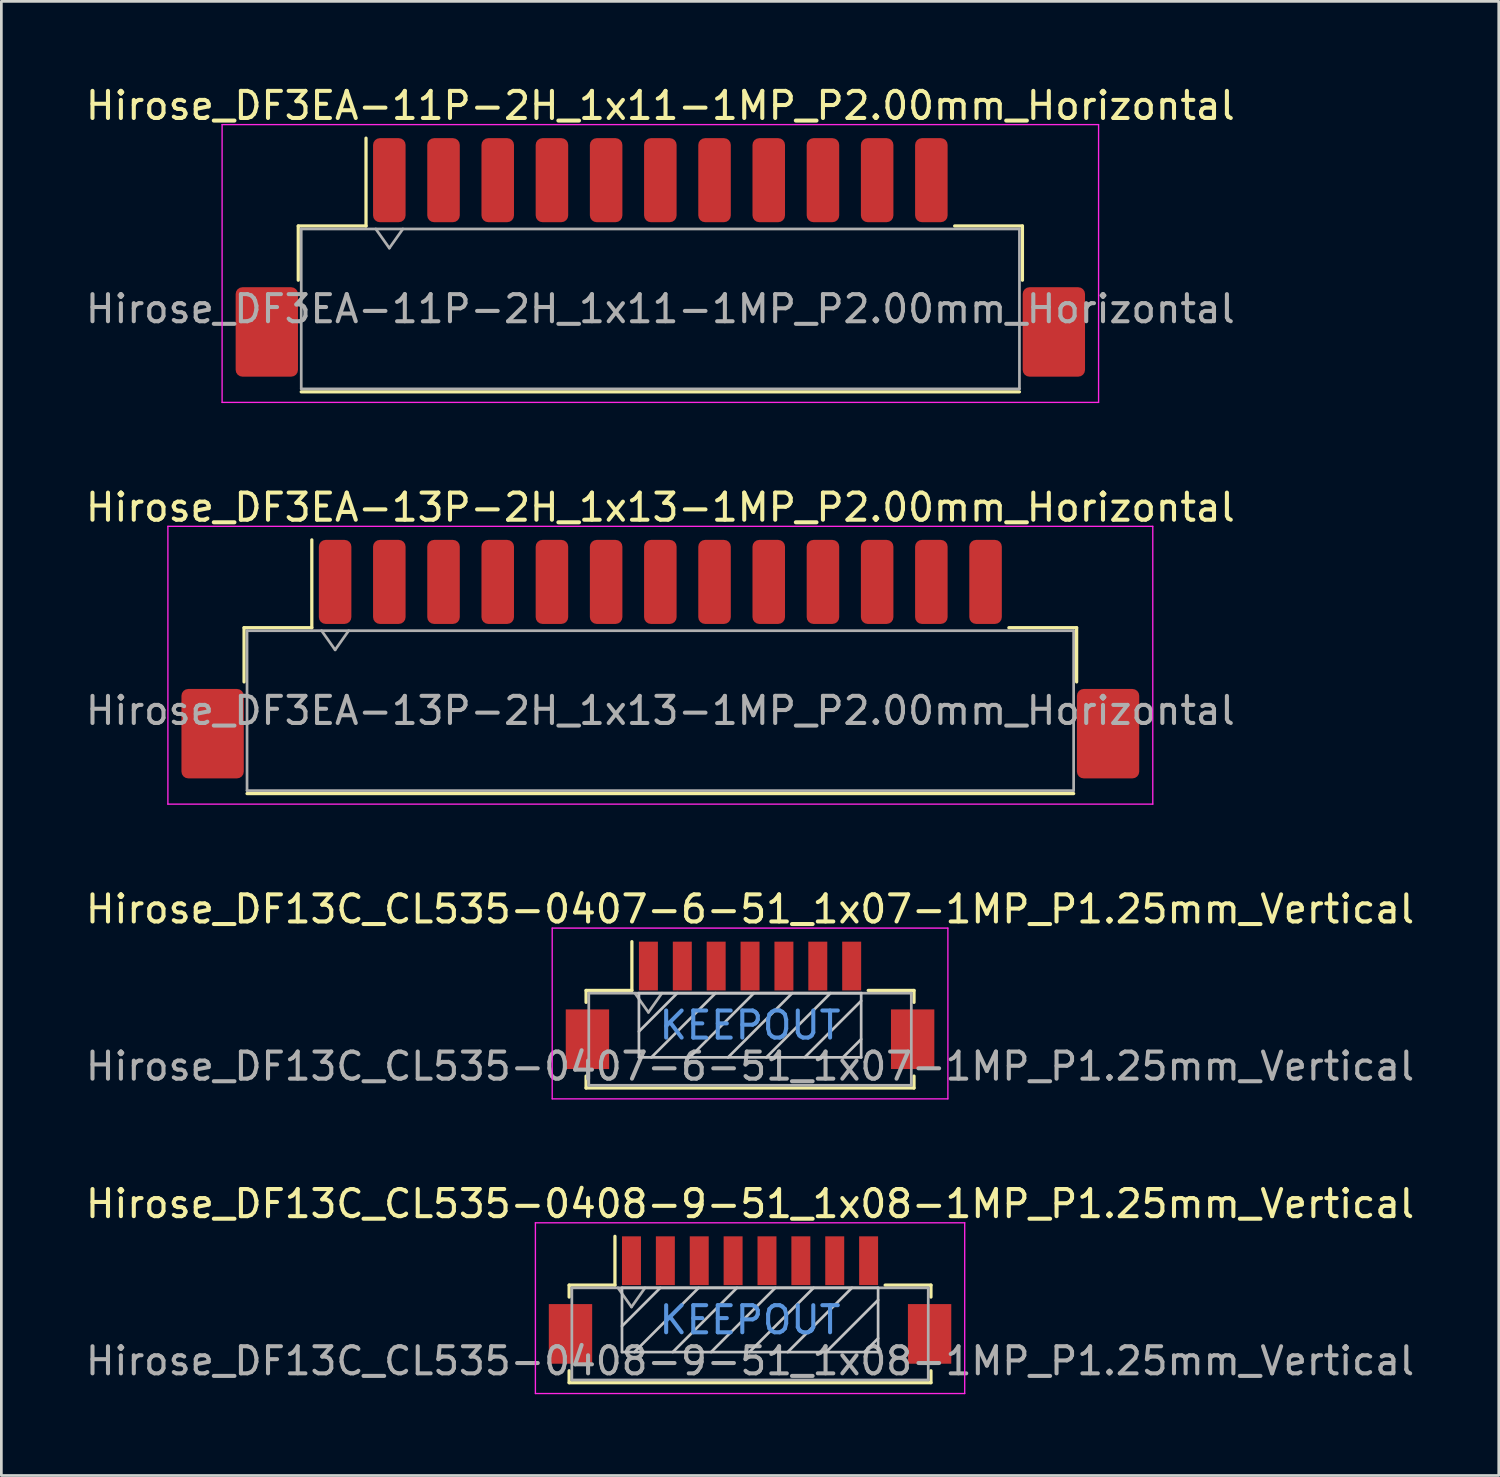
<source format=kicad_pcb>
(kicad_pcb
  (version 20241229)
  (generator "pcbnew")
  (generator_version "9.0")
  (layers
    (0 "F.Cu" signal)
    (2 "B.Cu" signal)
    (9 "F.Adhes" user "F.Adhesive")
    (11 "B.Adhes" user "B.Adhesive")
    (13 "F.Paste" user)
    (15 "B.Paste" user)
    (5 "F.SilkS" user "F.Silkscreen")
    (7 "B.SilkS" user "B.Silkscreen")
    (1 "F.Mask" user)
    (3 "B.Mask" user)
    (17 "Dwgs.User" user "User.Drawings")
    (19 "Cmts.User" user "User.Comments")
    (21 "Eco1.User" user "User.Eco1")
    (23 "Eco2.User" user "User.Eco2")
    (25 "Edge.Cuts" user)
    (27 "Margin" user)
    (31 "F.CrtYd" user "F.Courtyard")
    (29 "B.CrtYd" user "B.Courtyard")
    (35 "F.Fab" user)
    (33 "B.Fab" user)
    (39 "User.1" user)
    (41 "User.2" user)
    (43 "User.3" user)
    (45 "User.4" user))
  (footprint "Hirose_DF3EA-13P-2H_1x13-1MP_P2.00mm_Horizontal"
    (layer "F.Cu")
    (at 21.315 21.271)
    (property "Reference" "Hirose_DF3EA-13P-2H_1x13-1MP_P2.00mm_Horizontal" (at 0 -5.6 0) (layer "F.SilkS") (effects (font (size 1 1) (thickness 0.15))))
    (attr smd)
    (fp_line (start -15.36 -1.16) (end -12.86 -1.16) (stroke (width 0.12) (type solid)) (layer "F.SilkS"))
    (fp_line (start -15.36 0.84) (end -15.36 -1.16) (stroke (width 0.12) (type solid)) (layer "F.SilkS"))
    (fp_line (start -15.25 4.96) (end 15.25 4.96) (stroke (width 0.12) (type solid)) (layer "F.SilkS"))
    (fp_line (start -12.86 -1.16) (end -12.86 -4.4) (stroke (width 0.12) (type solid)) (layer "F.SilkS"))
    (fp_line (start 15.36 -1.16) (end 12.86 -1.16) (stroke (width 0.12) (type solid)) (layer "F.SilkS"))
    (fp_line (start 15.36 0.84) (end 15.36 -1.16) (stroke (width 0.12) (type solid)) (layer "F.SilkS"))
    (fp_line (start -18.17 -4.9) (end -18.17 5.35) (stroke (width 0.05) (type solid)) (layer "F.CrtYd"))
    (fp_line (start -18.17 5.35) (end 18.17 5.35) (stroke (width 0.05) (type solid)) (layer "F.CrtYd"))
    (fp_line (start 18.17 -4.9) (end -18.17 -4.9) (stroke (width 0.05) (type solid)) (layer "F.CrtYd"))
    (fp_line (start 18.17 5.35) (end 18.17 -4.9) (stroke (width 0.05) (type solid)) (layer "F.CrtYd"))
    (fp_line (start -15.25 -1.05) (end -15.25 4.85) (stroke (width 0.1) (type solid)) (layer "F.Fab"))
    (fp_line (start -15.25 -1.05) (end 15.25 -1.05) (stroke (width 0.1) (type solid)) (layer "F.Fab"))
    (fp_line (start -15.25 4.85) (end 15.25 4.85) (stroke (width 0.1) (type solid)) (layer "F.Fab"))
    (fp_line (start -12.5 -1.05) (end -12 -0.343) (stroke (width 0.1) (type solid)) (layer "F.Fab"))
    (fp_line (start -12 -0.343) (end -11.5 -1.05) (stroke (width 0.1) (type solid)) (layer "F.Fab"))
    (fp_line (start 15.25 -1.05) (end 15.25 4.85) (stroke (width 0.1) (type solid)) (layer "F.Fab"))
    (fp_text user "${REFERENCE}" (at 0 1.9 0) (layer "F.Fab") (effects (font (size 1 1) (thickness 0.15))))
    (pad "1" smd roundrect (at -12 -2.85) (size 1.2 3.1) (layers "F.Cu" "F.Mask" "F.Paste") (roundrect_rratio 0.208))
    (pad "2" smd roundrect (at -10 -2.85) (size 1.2 3.1) (layers "F.Cu" "F.Mask" "F.Paste") (roundrect_rratio 0.208))
    (pad "3" smd roundrect (at -8 -2.85) (size 1.2 3.1) (layers "F.Cu" "F.Mask" "F.Paste") (roundrect_rratio 0.208))
    (pad "4" smd roundrect (at -6 -2.85) (size 1.2 3.1) (layers "F.Cu" "F.Mask" "F.Paste") (roundrect_rratio 0.208))
    (pad "5" smd roundrect (at -4 -2.85) (size 1.2 3.1) (layers "F.Cu" "F.Mask" "F.Paste") (roundrect_rratio 0.208))
    (pad "6" smd roundrect (at -2 -2.85) (size 1.2 3.1) (layers "F.Cu" "F.Mask" "F.Paste") (roundrect_rratio 0.208))
    (pad "7" smd roundrect (at 0 -2.85) (size 1.2 3.1) (layers "F.Cu" "F.Mask" "F.Paste") (roundrect_rratio 0.208))
    (pad "8" smd roundrect (at 2 -2.85) (size 1.2 3.1) (layers "F.Cu" "F.Mask" "F.Paste") (roundrect_rratio 0.208))
    (pad "9" smd roundrect (at 4 -2.85) (size 1.2 3.1) (layers "F.Cu" "F.Mask" "F.Paste") (roundrect_rratio 0.208))
    (pad "10" smd roundrect (at 6 -2.85) (size 1.2 3.1) (layers "F.Cu" "F.Mask" "F.Paste") (roundrect_rratio 0.208))
    (pad "11" smd roundrect (at 8 -2.85) (size 1.2 3.1) (layers "F.Cu" "F.Mask" "F.Paste") (roundrect_rratio 0.208))
    (pad "12" smd roundrect (at 10 -2.85) (size 1.2 3.1) (layers "F.Cu" "F.Mask" "F.Paste") (roundrect_rratio 0.208))
    (pad "13" smd roundrect (at 12 -2.85) (size 1.2 3.1) (layers "F.Cu" "F.Mask" "F.Paste") (roundrect_rratio 0.208))
    (pad "MP" smd roundrect (at -16.52 2.75) (size 2.3 3.3) (layers "F.Cu" "F.Mask" "F.Paste") (roundrect_rratio 0.109))
    (pad "MP" smd roundrect (at 16.52 2.75) (size 2.3 3.3) (layers "F.Cu" "F.Mask" "F.Paste") (roundrect_rratio 0.109)))
  (footprint "Hirose_DF3EA-11P-2H_1x11-1MP_P2.00mm_Horizontal"
    (layer "F.Cu")
    (at 21.315 6.448)
    (property "Reference" "Hirose_DF3EA-11P-2H_1x11-1MP_P2.00mm_Horizontal" (at 0 -5.6 0) (layer "F.SilkS") (effects (font (size 1 1) (thickness 0.15))))
    (attr smd)
    (fp_line (start -13.36 -1.16) (end -10.86 -1.16) (stroke (width 0.12) (type solid)) (layer "F.SilkS"))
    (fp_line (start -13.36 0.84) (end -13.36 -1.16) (stroke (width 0.12) (type solid)) (layer "F.SilkS"))
    (fp_line (start -13.25 4.96) (end 13.25 4.96) (stroke (width 0.12) (type solid)) (layer "F.SilkS"))
    (fp_line (start -10.86 -1.16) (end -10.86 -4.4) (stroke (width 0.12) (type solid)) (layer "F.SilkS"))
    (fp_line (start 13.36 -1.16) (end 10.86 -1.16) (stroke (width 0.12) (type solid)) (layer "F.SilkS"))
    (fp_line (start 13.36 0.84) (end 13.36 -1.16) (stroke (width 0.12) (type solid)) (layer "F.SilkS"))
    (fp_line (start -16.17 -4.9) (end -16.17 5.35) (stroke (width 0.05) (type solid)) (layer "F.CrtYd"))
    (fp_line (start -16.17 5.35) (end 16.17 5.35) (stroke (width 0.05) (type solid)) (layer "F.CrtYd"))
    (fp_line (start 16.17 -4.9) (end -16.17 -4.9) (stroke (width 0.05) (type solid)) (layer "F.CrtYd"))
    (fp_line (start 16.17 5.35) (end 16.17 -4.9) (stroke (width 0.05) (type solid)) (layer "F.CrtYd"))
    (fp_line (start -13.25 -1.05) (end -13.25 4.85) (stroke (width 0.1) (type solid)) (layer "F.Fab"))
    (fp_line (start -13.25 -1.05) (end 13.25 -1.05) (stroke (width 0.1) (type solid)) (layer "F.Fab"))
    (fp_line (start -13.25 4.85) (end 13.25 4.85) (stroke (width 0.1) (type solid)) (layer "F.Fab"))
    (fp_line (start -10.5 -1.05) (end -10 -0.343) (stroke (width 0.1) (type solid)) (layer "F.Fab"))
    (fp_line (start -10 -0.343) (end -9.5 -1.05) (stroke (width 0.1) (type solid)) (layer "F.Fab"))
    (fp_line (start 13.25 -1.05) (end 13.25 4.85) (stroke (width 0.1) (type solid)) (layer "F.Fab"))
    (fp_text user "${REFERENCE}" (at 0 1.9 0) (layer "F.Fab") (effects (font (size 1 1) (thickness 0.15))))
    (pad "1" smd roundrect (at -10 -2.85) (size 1.2 3.1) (layers "F.Cu" "F.Mask" "F.Paste") (roundrect_rratio 0.208))
    (pad "2" smd roundrect (at -8 -2.85) (size 1.2 3.1) (layers "F.Cu" "F.Mask" "F.Paste") (roundrect_rratio 0.208))
    (pad "3" smd roundrect (at -6 -2.85) (size 1.2 3.1) (layers "F.Cu" "F.Mask" "F.Paste") (roundrect_rratio 0.208))
    (pad "4" smd roundrect (at -4 -2.85) (size 1.2 3.1) (layers "F.Cu" "F.Mask" "F.Paste") (roundrect_rratio 0.208))
    (pad "5" smd roundrect (at -2 -2.85) (size 1.2 3.1) (layers "F.Cu" "F.Mask" "F.Paste") (roundrect_rratio 0.208))
    (pad "6" smd roundrect (at 0 -2.85) (size 1.2 3.1) (layers "F.Cu" "F.Mask" "F.Paste") (roundrect_rratio 0.208))
    (pad "7" smd roundrect (at 2 -2.85) (size 1.2 3.1) (layers "F.Cu" "F.Mask" "F.Paste") (roundrect_rratio 0.208))
    (pad "8" smd roundrect (at 4 -2.85) (size 1.2 3.1) (layers "F.Cu" "F.Mask" "F.Paste") (roundrect_rratio 0.208))
    (pad "9" smd roundrect (at 6 -2.85) (size 1.2 3.1) (layers "F.Cu" "F.Mask" "F.Paste") (roundrect_rratio 0.208))
    (pad "10" smd roundrect (at 8 -2.85) (size 1.2 3.1) (layers "F.Cu" "F.Mask" "F.Paste") (roundrect_rratio 0.208))
    (pad "11" smd roundrect (at 10 -2.85) (size 1.2 3.1) (layers "F.Cu" "F.Mask" "F.Paste") (roundrect_rratio 0.208))
    (pad "MP" smd roundrect (at -14.52 2.75) (size 2.3 3.3) (layers "F.Cu" "F.Mask" "F.Paste") (roundrect_rratio 0.109))
    (pad "MP" smd roundrect (at 14.52 2.75) (size 2.3 3.3) (layers "F.Cu" "F.Mask" "F.Paste") (roundrect_rratio 0.109)))
  (footprint "Hirose_DF13C_CL535-0408-9-51_1x08-1MP_P1.25mm_Vertical"
    (layer "F.Cu")
    (at 24.625 44.918)
    (property "Reference" "Hirose_DF13C_CL535-0408-9-51_1x08-1MP_P1.25mm_Vertical" (at 0 -3.55 0) (layer "F.SilkS") (effects (font (size 1 1) (thickness 0.15))))
    (attr smd)
    (fp_line (start -6.675 -0.55) (end -6.675 -0.11) (stroke (width 0.12) (type solid)) (layer "F.SilkS"))
    (fp_line (start -6.675 2.61) (end -6.675 3.05) (stroke (width 0.12) (type solid)) (layer "F.SilkS"))
    (fp_line (start -6.675 3.05) (end 6.675 3.05) (stroke (width 0.12) (type solid)) (layer "F.SilkS"))
    (fp_line (start -4.985 -0.55) (end -6.675 -0.55) (stroke (width 0.12) (type solid)) (layer "F.SilkS"))
    (fp_line (start -4.985 -0.55) (end -4.985 -2.35) (stroke (width 0.12) (type solid)) (layer "F.SilkS"))
    (fp_line (start 4.985 -0.55) (end 6.675 -0.55) (stroke (width 0.12) (type solid)) (layer "F.SilkS"))
    (fp_line (start 6.675 -0.55) (end 6.675 -0.11) (stroke (width 0.12) (type solid)) (layer "F.SilkS"))
    (fp_line (start 6.675 3.05) (end 6.675 2.61) (stroke (width 0.12) (type solid)) (layer "F.SilkS"))
    (fp_line (start -4.725 -0.45) (end -4.725 1.92) (stroke (width 0.1) (type solid)) (layer "Dwgs.User"))
    (fp_line (start -4.725 1.92) (end 4.725 1.92) (stroke (width 0.1) (type solid)) (layer "Dwgs.User"))
    (fp_line (start -3.311 -0.45) (end -4.725 0.964) (stroke (width 0.1) (type solid)) (layer "Dwgs.User"))
    (fp_line (start -1.897 -0.45) (end -4.267 1.92) (stroke (width 0.1) (type solid)) (layer "Dwgs.User"))
    (fp_line (start -0.482 -0.45) (end -2.852 1.92) (stroke (width 0.1) (type solid)) (layer "Dwgs.User"))
    (fp_line (start 0.932 -0.45) (end -1.438 1.92) (stroke (width 0.1) (type solid)) (layer "Dwgs.User"))
    (fp_line (start 2.346 -0.45) (end -0.024 1.92) (stroke (width 0.1) (type solid)) (layer "Dwgs.User"))
    (fp_line (start 3.76 -0.45) (end 1.39 1.92) (stroke (width 0.1) (type solid)) (layer "Dwgs.User"))
    (fp_line (start 4.725 -0.45) (end -4.725 -0.45) (stroke (width 0.1) (type solid)) (layer "Dwgs.User"))
    (fp_line (start 4.725 -0.001) (end 2.804 1.92) (stroke (width 0.1) (type solid)) (layer "Dwgs.User"))
    (fp_line (start 4.725 1.414) (end 4.219 1.92) (stroke (width 0.1) (type solid)) (layer "Dwgs.User"))
    (fp_line (start 4.725 1.92) (end 4.725 -0.45) (stroke (width 0.1) (type solid)) (layer "Dwgs.User"))
    (fp_line (start -7.92 -2.85) (end -7.92 3.45) (stroke (width 0.05) (type solid)) (layer "F.CrtYd"))
    (fp_line (start -7.92 3.45) (end 7.92 3.45) (stroke (width 0.05) (type solid)) (layer "F.CrtYd"))
    (fp_line (start 7.92 -2.85) (end -7.92 -2.85) (stroke (width 0.05) (type solid)) (layer "F.CrtYd"))
    (fp_line (start 7.92 3.45) (end 7.92 -2.85) (stroke (width 0.05) (type solid)) (layer "F.CrtYd"))
    (fp_line (start -6.575 -0.45) (end -6.575 2.95) (stroke (width 0.1) (type solid)) (layer "F.Fab"))
    (fp_line (start -6.575 2.95) (end 6.575 2.95) (stroke (width 0.1) (type solid)) (layer "F.Fab"))
    (fp_line (start -4.875 -0.45) (end -4.375 0.257) (stroke (width 0.1) (type solid)) (layer "F.Fab"))
    (fp_line (start -4.375 0.257) (end -3.875 -0.45) (stroke (width 0.1) (type solid)) (layer "F.Fab"))
    (fp_line (start 6.575 -0.45) (end -6.575 -0.45) (stroke (width 0.1) (type solid)) (layer "F.Fab"))
    (fp_line (start 6.575 2.95) (end 6.575 -0.45) (stroke (width 0.1) (type solid)) (layer "F.Fab"))
    (fp_text user "KEEPOUT" (at 0 0.735 0) (layer "Cmts.User") (effects (font (size 1 1) (thickness 0.15))))
    (fp_text user "${REFERENCE}" (at 0 2.25 0) (layer "F.Fab") (effects (font (size 1 1) (thickness 0.15))))
    (pad "1" smd rect (at -4.375 -1.45) (size 0.7 1.8) (layers "F.Cu" "F.Mask" "F.Paste"))
    (pad "2" smd rect (at -3.125 -1.45) (size 0.7 1.8) (layers "F.Cu" "F.Mask" "F.Paste"))
    (pad "3" smd rect (at -1.875 -1.45) (size 0.7 1.8) (layers "F.Cu" "F.Mask" "F.Paste"))
    (pad "4" smd rect (at -0.625 -1.45) (size 0.7 1.8) (layers "F.Cu" "F.Mask" "F.Paste"))
    (pad "5" smd rect (at 0.625 -1.45) (size 0.7 1.8) (layers "F.Cu" "F.Mask" "F.Paste"))
    (pad "6" smd rect (at 1.875 -1.45) (size 0.7 1.8) (layers "F.Cu" "F.Mask" "F.Paste"))
    (pad "7" smd rect (at 3.125 -1.45) (size 0.7 1.8) (layers "F.Cu" "F.Mask" "F.Paste"))
    (pad "8" smd rect (at 4.375 -1.45) (size 0.7 1.8) (layers "F.Cu" "F.Mask" "F.Paste"))
    (pad "MP" smd rect (at -6.625 1.25) (size 1.6 2.2) (layers "F.Cu" "F.Mask" "F.Paste"))
    (pad "MP" smd rect (at 6.625 1.25) (size 1.6 2.2) (layers "F.Cu" "F.Mask" "F.Paste")))
  (footprint "Hirose_DF13C_CL535-0407-6-51_1x07-1MP_P1.25mm_Vertical"
    (layer "F.Cu")
    (at 24.625 34.045)
    (property "Reference" "Hirose_DF13C_CL535-0407-6-51_1x07-1MP_P1.25mm_Vertical" (at 0 -3.55 0) (layer "F.SilkS") (effects (font (size 1 1) (thickness 0.15))))
    (attr smd)
    (fp_line (start -6.05 -0.55) (end -6.05 -0.11) (stroke (width 0.12) (type solid)) (layer "F.SilkS"))
    (fp_line (start -6.05 2.61) (end -6.05 3.05) (stroke (width 0.12) (type solid)) (layer "F.SilkS"))
    (fp_line (start -6.05 3.05) (end 6.05 3.05) (stroke (width 0.12) (type solid)) (layer "F.SilkS"))
    (fp_line (start -4.36 -0.55) (end -6.05 -0.55) (stroke (width 0.12) (type solid)) (layer "F.SilkS"))
    (fp_line (start -4.36 -0.55) (end -4.36 -2.35) (stroke (width 0.12) (type solid)) (layer "F.SilkS"))
    (fp_line (start 4.36 -0.55) (end 6.05 -0.55) (stroke (width 0.12) (type solid)) (layer "F.SilkS"))
    (fp_line (start 6.05 -0.55) (end 6.05 -0.11) (stroke (width 0.12) (type solid)) (layer "F.SilkS"))
    (fp_line (start 6.05 3.05) (end 6.05 2.61) (stroke (width 0.12) (type solid)) (layer "F.SilkS"))
    (fp_line (start -4.1 -0.45) (end -4.1 1.92) (stroke (width 0.1) (type solid)) (layer "Dwgs.User"))
    (fp_line (start -4.1 1.92) (end 4.1 1.92) (stroke (width 0.1) (type solid)) (layer "Dwgs.User"))
    (fp_line (start -2.686 -0.45) (end -4.1 0.964) (stroke (width 0.1) (type solid)) (layer "Dwgs.User"))
    (fp_line (start -1.272 -0.45) (end -3.642 1.92) (stroke (width 0.1) (type solid)) (layer "Dwgs.User"))
    (fp_line (start 0.143 -0.45) (end -2.227 1.92) (stroke (width 0.1) (type solid)) (layer "Dwgs.User"))
    (fp_line (start 1.557 -0.45) (end -0.813 1.92) (stroke (width 0.1) (type solid)) (layer "Dwgs.User"))
    (fp_line (start 2.971 -0.45) (end 0.601 1.92) (stroke (width 0.1) (type solid)) (layer "Dwgs.User"))
    (fp_line (start 4.1 -0.45) (end -4.1 -0.45) (stroke (width 0.1) (type solid)) (layer "Dwgs.User"))
    (fp_line (start 4.1 -0.165) (end 2.015 1.92) (stroke (width 0.1) (type solid)) (layer "Dwgs.User"))
    (fp_line (start 4.1 1.249) (end 3.429 1.92) (stroke (width 0.1) (type solid)) (layer "Dwgs.User"))
    (fp_line (start 4.1 1.92) (end 4.1 -0.45) (stroke (width 0.1) (type solid)) (layer "Dwgs.User"))
    (fp_line (start -7.3 -2.85) (end -7.3 3.45) (stroke (width 0.05) (type solid)) (layer "F.CrtYd"))
    (fp_line (start -7.3 3.45) (end 7.3 3.45) (stroke (width 0.05) (type solid)) (layer "F.CrtYd"))
    (fp_line (start 7.3 -2.85) (end -7.3 -2.85) (stroke (width 0.05) (type solid)) (layer "F.CrtYd"))
    (fp_line (start 7.3 3.45) (end 7.3 -2.85) (stroke (width 0.05) (type solid)) (layer "F.CrtYd"))
    (fp_line (start -5.95 -0.45) (end -5.95 2.95) (stroke (width 0.1) (type solid)) (layer "F.Fab"))
    (fp_line (start -5.95 2.95) (end 5.95 2.95) (stroke (width 0.1) (type solid)) (layer "F.Fab"))
    (fp_line (start -4.25 -0.45) (end -3.75 0.257) (stroke (width 0.1) (type solid)) (layer "F.Fab"))
    (fp_line (start -3.75 0.257) (end -3.25 -0.45) (stroke (width 0.1) (type solid)) (layer "F.Fab"))
    (fp_line (start 5.95 -0.45) (end -5.95 -0.45) (stroke (width 0.1) (type solid)) (layer "F.Fab"))
    (fp_line (start 5.95 2.95) (end 5.95 -0.45) (stroke (width 0.1) (type solid)) (layer "F.Fab"))
    (fp_text user "KEEPOUT" (at 0 0.735 0) (layer "Cmts.User") (effects (font (size 1 1) (thickness 0.15))))
    (fp_text user "${REFERENCE}" (at 0 2.25 0) (layer "F.Fab") (effects (font (size 1 1) (thickness 0.15))))
    (pad "1" smd rect (at -3.75 -1.45) (size 0.7 1.8) (layers "F.Cu" "F.Mask" "F.Paste"))
    (pad "2" smd rect (at -2.5 -1.45) (size 0.7 1.8) (layers "F.Cu" "F.Mask" "F.Paste"))
    (pad "3" smd rect (at -1.25 -1.45) (size 0.7 1.8) (layers "F.Cu" "F.Mask" "F.Paste"))
    (pad "4" smd rect (at 0 -1.45) (size 0.7 1.8) (layers "F.Cu" "F.Mask" "F.Paste"))
    (pad "5" smd rect (at 1.25 -1.45) (size 0.7 1.8) (layers "F.Cu" "F.Mask" "F.Paste"))
    (pad "6" smd rect (at 2.5 -1.45) (size 0.7 1.8) (layers "F.Cu" "F.Mask" "F.Paste"))
    (pad "7" smd rect (at 3.75 -1.45) (size 0.7 1.8) (layers "F.Cu" "F.Mask" "F.Paste"))
    (pad "MP" smd rect (at -6 1.25) (size 1.6 2.2) (layers "F.Cu" "F.Mask" "F.Paste"))
    (pad "MP" smd rect (at 6 1.25) (size 1.6 2.2) (layers "F.Cu" "F.Mask" "F.Paste")))
  (gr_rect
    (start -3 -3)
    (end 52.25 51.393)
    (stroke (width 0.1) (type default))
    (fill no)
    (layer "Edge.Cuts")))
</source>
